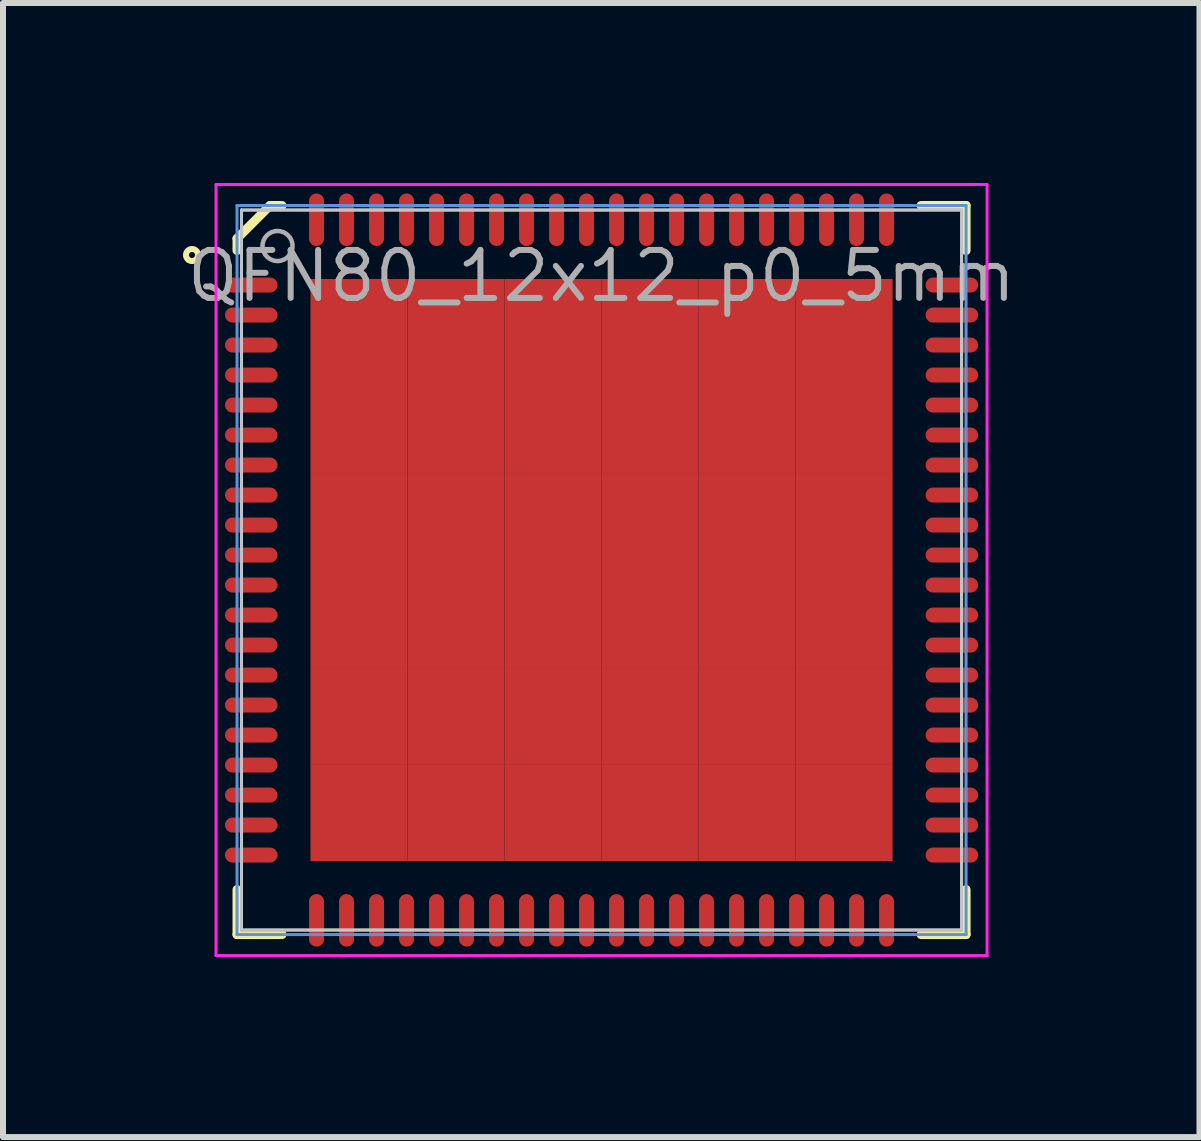
<source format=kicad_pcb>
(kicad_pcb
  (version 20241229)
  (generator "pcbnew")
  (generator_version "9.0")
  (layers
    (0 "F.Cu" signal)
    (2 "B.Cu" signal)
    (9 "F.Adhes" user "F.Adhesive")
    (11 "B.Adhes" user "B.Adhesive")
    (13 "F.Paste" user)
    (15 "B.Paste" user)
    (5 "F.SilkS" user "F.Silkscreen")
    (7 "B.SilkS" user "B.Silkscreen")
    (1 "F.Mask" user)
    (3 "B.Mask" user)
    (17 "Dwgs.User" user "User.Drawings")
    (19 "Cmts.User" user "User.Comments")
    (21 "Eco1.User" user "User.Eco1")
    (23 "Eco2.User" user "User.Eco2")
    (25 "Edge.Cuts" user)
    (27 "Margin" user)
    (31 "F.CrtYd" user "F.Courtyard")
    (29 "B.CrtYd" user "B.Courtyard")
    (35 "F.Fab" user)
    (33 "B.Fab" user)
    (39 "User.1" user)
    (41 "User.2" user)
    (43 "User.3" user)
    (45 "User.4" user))
  (footprint "QFN80_12x12_p0_5mm"
    (layer "F.Cu")
    (at 6.975 6.45)
    (property "Reference" "QFN80_12x12_p0_5mm" (at 0 -4.9 0) (layer "F.Fab") (effects (font (size 0.8 0.8) (thickness 0.1))))
    (attr through_hole)
    (fp_line (start -6.075 -5.525) (end -6.075 -5.325) (stroke (width 0.15) (type solid)) (layer "F.SilkS"))
    (fp_line (start -6.075 -5.525) (end -5.525 -6.075) (stroke (width 0.15) (type solid)) (layer "F.SilkS"))
    (fp_line (start -6.075 6.075) (end -6.075 5.325) (stroke (width 0.15) (type solid)) (layer "F.SilkS"))
    (fp_line (start -6.075 6.075) (end -5.325 6.075) (stroke (width 0.15) (type solid)) (layer "F.SilkS"))
    (fp_line (start -5.325 -6.075) (end -5.525 -6.075) (stroke (width 0.15) (type solid)) (layer "F.SilkS"))
    (fp_line (start 6.075 -6.075) (end 5.325 -6.075) (stroke (width 0.15) (type solid)) (layer "F.SilkS"))
    (fp_line (start 6.075 -6.075) (end 6.075 -5.325) (stroke (width 0.15) (type solid)) (layer "F.SilkS"))
    (fp_line (start 6.075 6.075) (end 5.325 6.075) (stroke (width 0.15) (type solid)) (layer "F.SilkS"))
    (fp_line (start 6.075 6.075) (end 6.075 5.325) (stroke (width 0.15) (type solid)) (layer "F.SilkS"))
    (fp_circle (center -6.825 -5.25) (end -6.754 -5.179) (stroke (width 0.1) (type solid)) (fill no) (layer "F.SilkS"))
    (fp_line (start -6 -6) (end -6 6) (stroke (width 0.05) (type solid)) (layer "Dwgs.User"))
    (fp_line (start -6 -6) (end 6 -6) (stroke (width 0.05) (type solid)) (layer "Dwgs.User"))
    (fp_line (start -6 6) (end 6 6) (stroke (width 0.05) (type solid)) (layer "Dwgs.User"))
    (fp_line (start 6 -6) (end 6 6) (stroke (width 0.05) (type solid)) (layer "Dwgs.User"))
    (fp_line (start -6.075 -6.075) (end -6.075 6.075) (stroke (width 0.05) (type solid)) (layer "Cmts.User"))
    (fp_line (start -6.075 -6.075) (end 6.075 -6.075) (stroke (width 0.05) (type solid)) (layer "Cmts.User"))
    (fp_line (start -6.075 6.075) (end 6.075 6.075) (stroke (width 0.05) (type solid)) (layer "Cmts.User"))
    (fp_line (start 6.075 -6.075) (end 6.075 6.075) (stroke (width 0.05) (type solid)) (layer "Cmts.User"))
    (fp_line (start -5.925 -5.925) (end -5.925 5.925) (stroke (width 0.05) (type solid)) (layer "Eco1.User"))
    (fp_line (start -5.925 -5.925) (end 5.925 -5.925) (stroke (width 0.05) (type solid)) (layer "Eco1.User"))
    (fp_line (start -5.925 5.925) (end 5.925 5.925) (stroke (width 0.05) (type solid)) (layer "Eco1.User"))
    (fp_line (start 5.925 -5.925) (end 5.925 5.925) (stroke (width 0.05) (type solid)) (layer "Eco1.User"))
    (fp_line (start -6.425 -6.425) (end -6.425 6.425) (stroke (width 0.05) (type solid)) (layer "F.CrtYd"))
    (fp_line (start -6.425 -6.425) (end 6.425 -6.425) (stroke (width 0.05) (type solid)) (layer "F.CrtYd"))
    (fp_line (start -6.425 6.425) (end 6.425 6.425) (stroke (width 0.05) (type solid)) (layer "F.CrtYd"))
    (fp_line (start 6.425 -6.425) (end 6.425 6.425) (stroke (width 0.05) (type solid)) (layer "F.CrtYd"))
    (fp_line (start -6 -6) (end -6 6) (stroke (width 0.05) (type solid)) (layer "F.Fab"))
    (fp_line (start -6 -6) (end 6 -6) (stroke (width 0.05) (type solid)) (layer "F.Fab"))
    (fp_line (start -6 6) (end 6 6) (stroke (width 0.05) (type solid)) (layer "F.Fab"))
    (fp_line (start 6 -6) (end 6 6) (stroke (width 0.05) (type solid)) (layer "F.Fab"))
    (fp_circle (center -5.4 -5.4) (end -5.223 -5.223) (stroke (width 0.075) (type solid)) (fill no) (layer "F.Fab"))
    (pad "1" smd oval (at -5.838 -4.75 180) (size 0.875 0.25) (layers "F.Cu" "F.Mask" "F.Paste"))
    (pad "2" smd oval (at -5.838 -4.25 180) (size 0.875 0.25) (layers "F.Cu" "F.Mask" "F.Paste"))
    (pad "3" smd oval (at -5.838 -3.75 180) (size 0.875 0.25) (layers "F.Cu" "F.Mask" "F.Paste"))
    (pad "4" smd oval (at -5.838 -3.25 180) (size 0.875 0.25) (layers "F.Cu" "F.Mask" "F.Paste"))
    (pad "5" smd oval (at -5.838 -2.75 180) (size 0.875 0.25) (layers "F.Cu" "F.Mask" "F.Paste"))
    (pad "6" smd oval (at -5.838 -2.25 180) (size 0.875 0.25) (layers "F.Cu" "F.Mask" "F.Paste"))
    (pad "7" smd oval (at -5.838 -1.75 180) (size 0.875 0.25) (layers "F.Cu" "F.Mask" "F.Paste"))
    (pad "8" smd oval (at -5.838 -1.25 180) (size 0.875 0.25) (layers "F.Cu" "F.Mask" "F.Paste"))
    (pad "9" smd oval (at -5.838 -0.75 180) (size 0.875 0.25) (layers "F.Cu" "F.Mask" "F.Paste"))
    (pad "10" smd oval (at -5.838 -0.25 180) (size 0.875 0.25) (layers "F.Cu" "F.Mask" "F.Paste"))
    (pad "11" smd oval (at -5.838 0.25 180) (size 0.875 0.25) (layers "F.Cu" "F.Mask" "F.Paste"))
    (pad "12" smd oval (at -5.838 0.75 180) (size 0.875 0.25) (layers "F.Cu" "F.Mask" "F.Paste"))
    (pad "13" smd oval (at -5.838 1.25 180) (size 0.875 0.25) (layers "F.Cu" "F.Mask" "F.Paste"))
    (pad "14" smd oval (at -5.838 1.75 180) (size 0.875 0.25) (layers "F.Cu" "F.Mask" "F.Paste"))
    (pad "15" smd oval (at -5.838 2.25 180) (size 0.875 0.25) (layers "F.Cu" "F.Mask" "F.Paste"))
    (pad "16" smd oval (at -5.838 2.75 180) (size 0.875 0.25) (layers "F.Cu" "F.Mask" "F.Paste"))
    (pad "17" smd oval (at -5.838 3.25 180) (size 0.875 0.25) (layers "F.Cu" "F.Mask" "F.Paste"))
    (pad "18" smd oval (at -5.838 3.75 180) (size 0.875 0.25) (layers "F.Cu" "F.Mask" "F.Paste"))
    (pad "19" smd oval (at -5.838 4.25 180) (size 0.875 0.25) (layers "F.Cu" "F.Mask" "F.Paste"))
    (pad "20" smd oval (at -5.838 4.75 180) (size 0.875 0.25) (layers "F.Cu" "F.Mask" "F.Paste"))
    (pad "21" smd oval (at -4.75 5.838 270) (size 0.875 0.25) (layers "F.Cu" "F.Mask" "F.Paste"))
    (pad "22" smd oval (at -4.25 5.838 270) (size 0.875 0.25) (layers "F.Cu" "F.Mask" "F.Paste"))
    (pad "23" smd oval (at -3.75 5.838 270) (size 0.875 0.25) (layers "F.Cu" "F.Mask" "F.Paste"))
    (pad "24" smd oval (at -3.25 5.838 270) (size 0.875 0.25) (layers "F.Cu" "F.Mask" "F.Paste"))
    (pad "25" smd oval (at -2.75 5.838 270) (size 0.875 0.25) (layers "F.Cu" "F.Mask" "F.Paste"))
    (pad "26" smd oval (at -2.25 5.838 270) (size 0.875 0.25) (layers "F.Cu" "F.Mask" "F.Paste"))
    (pad "27" smd oval (at -1.75 5.838 270) (size 0.875 0.25) (layers "F.Cu" "F.Mask" "F.Paste"))
    (pad "28" smd oval (at -1.25 5.838 270) (size 0.875 0.25) (layers "F.Cu" "F.Mask" "F.Paste"))
    (pad "29" smd oval (at -0.75 5.838 270) (size 0.875 0.25) (layers "F.Cu" "F.Mask" "F.Paste"))
    (pad "30" smd oval (at -0.25 5.838 270) (size 0.875 0.25) (layers "F.Cu" "F.Mask" "F.Paste"))
    (pad "31" smd oval (at 0.25 5.838 270) (size 0.875 0.25) (layers "F.Cu" "F.Mask" "F.Paste"))
    (pad "32" smd oval (at 0.75 5.838 270) (size 0.875 0.25) (layers "F.Cu" "F.Mask" "F.Paste"))
    (pad "33" smd oval (at 1.25 5.838 270) (size 0.875 0.25) (layers "F.Cu" "F.Mask" "F.Paste"))
    (pad "34" smd oval (at 1.75 5.838 270) (size 0.875 0.25) (layers "F.Cu" "F.Mask" "F.Paste"))
    (pad "35" smd oval (at 2.25 5.838 270) (size 0.875 0.25) (layers "F.Cu" "F.Mask" "F.Paste"))
    (pad "36" smd oval (at 2.75 5.838 270) (size 0.875 0.25) (layers "F.Cu" "F.Mask" "F.Paste"))
    (pad "37" smd oval (at 3.25 5.838 270) (size 0.875 0.25) (layers "F.Cu" "F.Mask" "F.Paste"))
    (pad "38" smd oval (at 3.75 5.838 270) (size 0.875 0.25) (layers "F.Cu" "F.Mask" "F.Paste"))
    (pad "39" smd oval (at 4.25 5.838 270) (size 0.875 0.25) (layers "F.Cu" "F.Mask" "F.Paste"))
    (pad "40" smd oval (at 4.75 5.838 270) (size 0.875 0.25) (layers "F.Cu" "F.Mask" "F.Paste"))
    (pad "41" smd oval (at 5.838 4.75) (size 0.875 0.25) (layers "F.Cu" "F.Mask" "F.Paste"))
    (pad "42" smd oval (at 5.838 4.25) (size 0.875 0.25) (layers "F.Cu" "F.Mask" "F.Paste"))
    (pad "43" smd oval (at 5.838 3.75) (size 0.875 0.25) (layers "F.Cu" "F.Mask" "F.Paste"))
    (pad "44" smd oval (at 5.838 3.25) (size 0.875 0.25) (layers "F.Cu" "F.Mask" "F.Paste"))
    (pad "45" smd oval (at 5.838 2.75) (size 0.875 0.25) (layers "F.Cu" "F.Mask" "F.Paste"))
    (pad "46" smd oval (at 5.838 2.25) (size 0.875 0.25) (layers "F.Cu" "F.Mask" "F.Paste"))
    (pad "47" smd oval (at 5.838 1.75) (size 0.875 0.25) (layers "F.Cu" "F.Mask" "F.Paste"))
    (pad "48" smd oval (at 5.838 1.25) (size 0.875 0.25) (layers "F.Cu" "F.Mask" "F.Paste"))
    (pad "49" smd oval (at 5.838 0.75) (size 0.875 0.25) (layers "F.Cu" "F.Mask" "F.Paste"))
    (pad "50" smd oval (at 5.838 0.25) (size 0.875 0.25) (layers "F.Cu" "F.Mask" "F.Paste"))
    (pad "51" smd oval (at 5.838 -0.25) (size 0.875 0.25) (layers "F.Cu" "F.Mask" "F.Paste"))
    (pad "52" smd oval (at 5.838 -0.75) (size 0.875 0.25) (layers "F.Cu" "F.Mask" "F.Paste"))
    (pad "53" smd oval (at 5.838 -1.25) (size 0.875 0.25) (layers "F.Cu" "F.Mask" "F.Paste"))
    (pad "54" smd oval (at 5.838 -1.75) (size 0.875 0.25) (layers "F.Cu" "F.Mask" "F.Paste"))
    (pad "55" smd oval (at 5.838 -2.25) (size 0.875 0.25) (layers "F.Cu" "F.Mask" "F.Paste"))
    (pad "56" smd oval (at 5.838 -2.75) (size 0.875 0.25) (layers "F.Cu" "F.Mask" "F.Paste"))
    (pad "57" smd oval (at 5.838 -3.25) (size 0.875 0.25) (layers "F.Cu" "F.Mask" "F.Paste"))
    (pad "58" smd oval (at 5.838 -3.75) (size 0.875 0.25) (layers "F.Cu" "F.Mask" "F.Paste"))
    (pad "59" smd oval (at 5.838 -4.25) (size 0.875 0.25) (layers "F.Cu" "F.Mask" "F.Paste"))
    (pad "60" smd oval (at 5.838 -4.75) (size 0.875 0.25) (layers "F.Cu" "F.Mask" "F.Paste"))
    (pad "61" smd oval (at 4.75 -5.838 90) (size 0.875 0.25) (layers "F.Cu" "F.Mask" "F.Paste"))
    (pad "62" smd oval (at 4.25 -5.838 90) (size 0.875 0.25) (layers "F.Cu" "F.Mask" "F.Paste"))
    (pad "63" smd oval (at 3.75 -5.838 90) (size 0.875 0.25) (layers "F.Cu" "F.Mask" "F.Paste"))
    (pad "64" smd oval (at 3.25 -5.838 90) (size 0.875 0.25) (layers "F.Cu" "F.Mask" "F.Paste"))
    (pad "65" smd oval (at 2.75 -5.838 90) (size 0.875 0.25) (layers "F.Cu" "F.Mask" "F.Paste"))
    (pad "66" smd oval (at 2.25 -5.838 90) (size 0.875 0.25) (layers "F.Cu" "F.Mask" "F.Paste"))
    (pad "67" smd oval (at 1.75 -5.838 90) (size 0.875 0.25) (layers "F.Cu" "F.Mask" "F.Paste"))
    (pad "68" smd oval (at 1.25 -5.838 90) (size 0.875 0.25) (layers "F.Cu" "F.Mask" "F.Paste"))
    (pad "69" smd oval (at 0.75 -5.838 90) (size 0.875 0.25) (layers "F.Cu" "F.Mask" "F.Paste"))
    (pad "70" smd oval (at 0.25 -5.838 90) (size 0.875 0.25) (layers "F.Cu" "F.Mask" "F.Paste"))
    (pad "71" smd oval (at -0.25 -5.838 90) (size 0.875 0.25) (layers "F.Cu" "F.Mask" "F.Paste"))
    (pad "72" smd oval (at -0.75 -5.838 90) (size 0.875 0.25) (layers "F.Cu" "F.Mask" "F.Paste"))
    (pad "73" smd oval (at -1.25 -5.838 90) (size 0.875 0.25) (layers "F.Cu" "F.Mask" "F.Paste"))
    (pad "74" smd oval (at -1.75 -5.838 90) (size 0.875 0.25) (layers "F.Cu" "F.Mask" "F.Paste"))
    (pad "75" smd oval (at -2.25 -5.838 90) (size 0.875 0.25) (layers "F.Cu" "F.Mask" "F.Paste"))
    (pad "76" smd oval (at -2.75 -5.838 90) (size 0.875 0.25) (layers "F.Cu" "F.Mask" "F.Paste"))
    (pad "77" smd oval (at -3.25 -5.838 90) (size 0.875 0.25) (layers "F.Cu" "F.Mask" "F.Paste"))
    (pad "78" smd oval (at -3.75 -5.838 90) (size 0.875 0.25) (layers "F.Cu" "F.Mask" "F.Paste"))
    (pad "79" smd oval (at -4.25 -5.838 90) (size 0.875 0.25) (layers "F.Cu" "F.Mask" "F.Paste"))
    (pad "80" smd oval (at -4.75 -5.838 90) (size 0.875 0.25) (layers "F.Cu" "F.Mask" "F.Paste"))
    (pad "81" smd rect (at -4.042 -4.042) (size 1.617 1.617) (layers "F.Cu" "F.Mask" "F.Paste"))
    (pad "81" smd rect (at -4.042 -2.425) (size 1.617 1.617) (layers "F.Cu" "F.Mask" "F.Paste"))
    (pad "81" smd rect (at -4.042 -0.808) (size 1.617 1.617) (layers "F.Cu" "F.Mask" "F.Paste"))
    (pad "81" smd rect (at -4.042 0.808) (size 1.617 1.617) (layers "F.Cu" "F.Mask" "F.Paste"))
    (pad "81" smd rect (at -4.042 2.425) (size 1.617 1.617) (layers "F.Cu" "F.Mask" "F.Paste"))
    (pad "81" smd rect (at -4.042 4.042) (size 1.617 1.617) (layers "F.Cu" "F.Mask" "F.Paste"))
    (pad "81" smd rect (at -2.425 -4.042) (size 1.617 1.617) (layers "F.Cu" "F.Mask" "F.Paste"))
    (pad "81" smd rect (at -2.425 -2.425) (size 1.617 1.617) (layers "F.Cu" "F.Mask" "F.Paste"))
    (pad "81" smd rect (at -2.425 -0.808) (size 1.617 1.617) (layers "F.Cu" "F.Mask" "F.Paste"))
    (pad "81" smd rect (at -2.425 0.808) (size 1.617 1.617) (layers "F.Cu" "F.Mask" "F.Paste"))
    (pad "81" smd rect (at -2.425 2.425) (size 1.617 1.617) (layers "F.Cu" "F.Mask" "F.Paste"))
    (pad "81" smd rect (at -2.425 4.042) (size 1.617 1.617) (layers "F.Cu" "F.Mask" "F.Paste"))
    (pad "81" smd rect (at -0.808 -4.042) (size 1.617 1.617) (layers "F.Cu" "F.Mask" "F.Paste"))
    (pad "81" smd rect (at -0.808 -2.425) (size 1.617 1.617) (layers "F.Cu" "F.Mask" "F.Paste"))
    (pad "81" smd rect (at -0.808 -0.808) (size 1.617 1.617) (layers "F.Cu" "F.Mask" "F.Paste"))
    (pad "81" smd rect (at -0.808 0.808) (size 1.617 1.617) (layers "F.Cu" "F.Mask" "F.Paste"))
    (pad "81" smd rect (at -0.808 2.425) (size 1.617 1.617) (layers "F.Cu" "F.Mask" "F.Paste"))
    (pad "81" smd rect (at -0.808 4.042) (size 1.617 1.617) (layers "F.Cu" "F.Mask" "F.Paste"))
    (pad "81" smd rect (at 0.808 -4.042) (size 1.617 1.617) (layers "F.Cu" "F.Mask" "F.Paste"))
    (pad "81" smd rect (at 0.808 -2.425) (size 1.617 1.617) (layers "F.Cu" "F.Mask" "F.Paste"))
    (pad "81" smd rect (at 0.808 -0.808) (size 1.617 1.617) (layers "F.Cu" "F.Mask" "F.Paste"))
    (pad "81" smd rect (at 0.808 0.808) (size 1.617 1.617) (layers "F.Cu" "F.Mask" "F.Paste"))
    (pad "81" smd rect (at 0.808 2.425) (size 1.617 1.617) (layers "F.Cu" "F.Mask" "F.Paste"))
    (pad "81" smd rect (at 0.808 4.042) (size 1.617 1.617) (layers "F.Cu" "F.Mask" "F.Paste"))
    (pad "81" smd rect (at 2.425 -4.042) (size 1.617 1.617) (layers "F.Cu" "F.Mask" "F.Paste"))
    (pad "81" smd rect (at 2.425 -2.425) (size 1.617 1.617) (layers "F.Cu" "F.Mask" "F.Paste"))
    (pad "81" smd rect (at 2.425 -0.808) (size 1.617 1.617) (layers "F.Cu" "F.Mask" "F.Paste"))
    (pad "81" smd rect (at 2.425 0.808) (size 1.617 1.617) (layers "F.Cu" "F.Mask" "F.Paste"))
    (pad "81" smd rect (at 2.425 2.425) (size 1.617 1.617) (layers "F.Cu" "F.Mask" "F.Paste"))
    (pad "81" smd rect (at 2.425 4.042) (size 1.617 1.617) (layers "F.Cu" "F.Mask" "F.Paste"))
    (pad "81" smd rect (at 4.042 -4.042) (size 1.617 1.617) (layers "F.Cu" "F.Mask" "F.Paste"))
    (pad "81" smd rect (at 4.042 -2.425) (size 1.617 1.617) (layers "F.Cu" "F.Mask" "F.Paste"))
    (pad "81" smd rect (at 4.042 -0.808) (size 1.617 1.617) (layers "F.Cu" "F.Mask" "F.Paste"))
    (pad "81" smd rect (at 4.042 0.808) (size 1.617 1.617) (layers "F.Cu" "F.Mask" "F.Paste"))
    (pad "81" smd rect (at 4.042 2.425) (size 1.617 1.617) (layers "F.Cu" "F.Mask" "F.Paste"))
    (pad "81" smd rect (at 4.042 4.042) (size 1.617 1.617) (layers "F.Cu" "F.Mask" "F.Paste")))
  (gr_rect
    (start -3 -3)
    (end 16.94 15.9)
    (stroke (width 0.1) (type default))
    (fill no)
    (layer "Edge.Cuts")))
</source>
